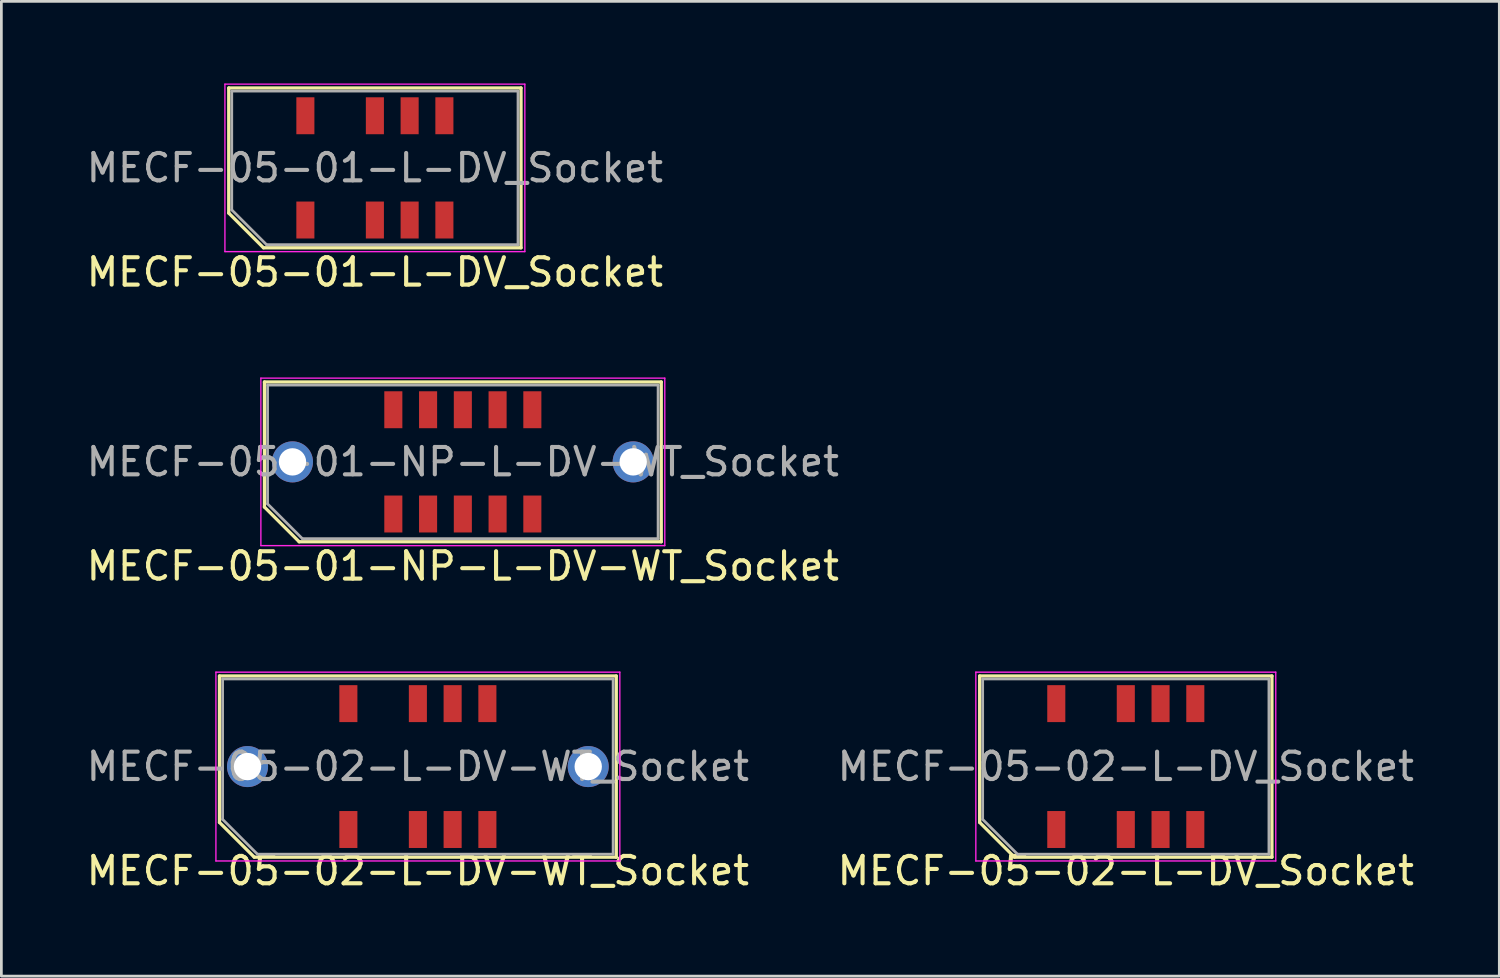
<source format=kicad_pcb>
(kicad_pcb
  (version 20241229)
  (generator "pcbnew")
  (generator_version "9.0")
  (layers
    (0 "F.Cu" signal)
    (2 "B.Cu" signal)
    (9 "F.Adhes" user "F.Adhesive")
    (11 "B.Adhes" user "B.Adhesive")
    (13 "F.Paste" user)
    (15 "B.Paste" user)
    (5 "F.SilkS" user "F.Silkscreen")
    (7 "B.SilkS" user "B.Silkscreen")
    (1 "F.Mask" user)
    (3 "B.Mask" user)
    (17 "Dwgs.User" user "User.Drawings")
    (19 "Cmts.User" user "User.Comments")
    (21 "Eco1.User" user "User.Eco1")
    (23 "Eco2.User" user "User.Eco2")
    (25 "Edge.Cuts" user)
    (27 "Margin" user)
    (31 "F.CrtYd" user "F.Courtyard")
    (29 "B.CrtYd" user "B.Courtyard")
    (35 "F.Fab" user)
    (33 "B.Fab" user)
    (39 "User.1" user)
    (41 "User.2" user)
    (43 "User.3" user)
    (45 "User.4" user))
  (footprint "MECF-05-02-L-DV-WT_Socket"
    (layer "F.Cu")
    (at 12.22 24.962)
    (property "Reference" "MECF-05-02-L-DV-WT_Socket" (at 0 3.81 0) (layer "F.SilkS") (effects (font (size 1 1) (thickness 0.15))))
    (attr smd)
    (fp_line (start -7.25 -3.31) (end 7.25 -3.31) (stroke (width 0.12) (type solid)) (layer "F.SilkS"))
    (fp_line (start -7.25 2.04) (end -7.25 -3.31) (stroke (width 0.12) (type solid)) (layer "F.SilkS"))
    (fp_line (start -5.98 3.31) (end -7.25 2.04) (stroke (width 0.12) (type solid)) (layer "F.SilkS"))
    (fp_line (start -5.98 3.31) (end 7.25 3.31) (stroke (width 0.12) (type solid)) (layer "F.SilkS"))
    (fp_line (start 7.25 3.31) (end 7.25 -3.31) (stroke (width 0.12) (type solid)) (layer "F.SilkS"))
    (fp_line (start -7.38 -3.45) (end -7.38 3.45) (stroke (width 0.05) (type solid)) (layer "F.CrtYd"))
    (fp_line (start -7.38 3.45) (end 7.38 3.45) (stroke (width 0.05) (type solid)) (layer "F.CrtYd"))
    (fp_line (start 7.38 -3.45) (end -7.38 -3.45) (stroke (width 0.05) (type solid)) (layer "F.CrtYd"))
    (fp_line (start 7.38 3.45) (end 7.38 -3.45) (stroke (width 0.05) (type solid)) (layer "F.CrtYd"))
    (fp_line (start -7.135 -3.2) (end 7.135 -3.2) (stroke (width 0.1) (type solid)) (layer "F.Fab"))
    (fp_line (start -7.135 1.93) (end -7.135 -3.2) (stroke (width 0.1) (type solid)) (layer "F.Fab"))
    (fp_line (start -7.135 1.93) (end -5.865 3.2) (stroke (width 0.1) (type solid)) (layer "F.Fab"))
    (fp_line (start -5.865 3.2) (end 7.135 3.2) (stroke (width 0.1) (type solid)) (layer "F.Fab"))
    (fp_line (start 7.135 3.2) (end 7.135 -3.2) (stroke (width 0.1) (type solid)) (layer "F.Fab"))
    (fp_text user "${REFERENCE}" (at 0 0 0) (layer "F.Fab") (effects (font (size 1 1) (thickness 0.15))))
    (pad "" thru_hole circle (at -6.225 0) (size 1.5 1.5) (drill 1) (layers "*.Cu" "*.Mask"))
    (pad "" np_thru_hole circle (at -4.32 0) (size 0.001 0.001) (drill 1.45) (layers "*.Cu" "*.Mask"))
    (pad "" np_thru_hole circle (at 4.32 1) (size 0.001 0.001) (drill 1.45) (layers "*.Cu" "*.Mask"))
    (pad "" thru_hole circle (at 6.225 0) (size 1.5 1.5) (drill 1) (layers "*.Cu" "*.Mask"))
    (pad "1" smd rect (at -2.54 2.3) (size 0.66 1.35) (layers "F.Cu" "F.Mask" "F.Paste"))
    (pad "2" smd rect (at -2.54 -2.3) (size 0.66 1.35) (layers "F.Cu" "F.Mask" "F.Paste"))
    (pad "5" smd rect (at 0 2.3) (size 0.66 1.35) (layers "F.Cu" "F.Mask" "F.Paste"))
    (pad "6" smd rect (at 0 -2.3) (size 0.66 1.35) (layers "F.Cu" "F.Mask" "F.Paste"))
    (pad "7" smd rect (at 1.27 2.3) (size 0.66 1.35) (layers "F.Cu" "F.Mask" "F.Paste"))
    (pad "8" smd rect (at 1.27 -2.3) (size 0.66 1.35) (layers "F.Cu" "F.Mask" "F.Paste"))
    (pad "9" smd rect (at 2.54 2.3) (size 0.66 1.35) (layers "F.Cu" "F.Mask" "F.Paste"))
    (pad "10" smd rect (at 2.54 -2.3) (size 0.66 1.35) (layers "F.Cu" "F.Mask" "F.Paste")))
  (footprint "MECF-05-02-L-DV_Socket"
    (layer "F.Cu")
    (at 38.089 24.962)
    (property "Reference" "MECF-05-02-L-DV_Socket" (at 0 3.81 0) (layer "F.SilkS") (effects (font (size 1 1) (thickness 0.15))))
    (attr smd)
    (fp_line (start -5.34 -3.31) (end 5.34 -3.31) (stroke (width 0.12) (type solid)) (layer "F.SilkS"))
    (fp_line (start -5.34 2.04) (end -5.34 -3.31) (stroke (width 0.12) (type solid)) (layer "F.SilkS"))
    (fp_line (start -4.07 3.31) (end -5.34 2.04) (stroke (width 0.12) (type solid)) (layer "F.SilkS"))
    (fp_line (start -4.07 3.31) (end 5.34 3.31) (stroke (width 0.12) (type solid)) (layer "F.SilkS"))
    (fp_line (start 5.34 3.31) (end 5.34 -3.31) (stroke (width 0.12) (type solid)) (layer "F.SilkS"))
    (fp_line (start -5.48 -3.45) (end -5.48 3.45) (stroke (width 0.05) (type solid)) (layer "F.CrtYd"))
    (fp_line (start -5.48 3.45) (end 5.48 3.45) (stroke (width 0.05) (type solid)) (layer "F.CrtYd"))
    (fp_line (start 5.48 -3.45) (end -5.48 -3.45) (stroke (width 0.05) (type solid)) (layer "F.CrtYd"))
    (fp_line (start 5.48 3.45) (end 5.48 -3.45) (stroke (width 0.05) (type solid)) (layer "F.CrtYd"))
    (fp_line (start -5.23 -3.2) (end 5.23 -3.2) (stroke (width 0.1) (type solid)) (layer "F.Fab"))
    (fp_line (start -5.23 1.93) (end -5.23 -3.2) (stroke (width 0.1) (type solid)) (layer "F.Fab"))
    (fp_line (start -5.23 1.93) (end -3.96 3.2) (stroke (width 0.1) (type solid)) (layer "F.Fab"))
    (fp_line (start -3.96 3.2) (end 5.23 3.2) (stroke (width 0.1) (type solid)) (layer "F.Fab"))
    (fp_line (start 5.23 3.2) (end 5.23 -3.2) (stroke (width 0.1) (type solid)) (layer "F.Fab"))
    (fp_text user "${REFERENCE}" (at 0 0 0) (layer "F.Fab") (effects (font (size 1 1) (thickness 0.15))))
    (pad "" np_thru_hole circle (at -4.32 0) (size 0.001 0.001) (drill 1.45) (layers "*.Cu" "*.Mask"))
    (pad "" np_thru_hole circle (at 4.32 1) (size 0.001 0.001) (drill 1.45) (layers "*.Cu" "*.Mask"))
    (pad "1" smd rect (at -2.54 2.3) (size 0.66 1.35) (layers "F.Cu" "F.Mask" "F.Paste"))
    (pad "2" smd rect (at -2.54 -2.3) (size 0.66 1.35) (layers "F.Cu" "F.Mask" "F.Paste"))
    (pad "5" smd rect (at 0 2.3) (size 0.66 1.35) (layers "F.Cu" "F.Mask" "F.Paste"))
    (pad "6" smd rect (at 0 -2.3) (size 0.66 1.35) (layers "F.Cu" "F.Mask" "F.Paste"))
    (pad "7" smd rect (at 1.27 2.3) (size 0.66 1.35) (layers "F.Cu" "F.Mask" "F.Paste"))
    (pad "8" smd rect (at 1.27 -2.3) (size 0.66 1.35) (layers "F.Cu" "F.Mask" "F.Paste"))
    (pad "9" smd rect (at 2.54 2.3) (size 0.66 1.35) (layers "F.Cu" "F.Mask" "F.Paste"))
    (pad "10" smd rect (at 2.54 -2.3) (size 0.66 1.35) (layers "F.Cu" "F.Mask" "F.Paste")))
  (footprint "MECF-05-01-L-DV_Socket"
    (layer "F.Cu")
    (at 10.649 3.085)
    (property "Reference" "MECF-05-01-L-DV_Socket" (at 0 3.81 0) (layer "F.SilkS") (effects (font (size 1 1) (thickness 0.15))))
    (attr smd)
    (fp_line (start -5.34 -2.92) (end 5.34 -2.92) (stroke (width 0.12) (type solid)) (layer "F.SilkS"))
    (fp_line (start -5.34 1.65) (end -5.34 -2.92) (stroke (width 0.12) (type solid)) (layer "F.SilkS"))
    (fp_line (start -4.07 2.92) (end -5.34 1.65) (stroke (width 0.12) (type solid)) (layer "F.SilkS"))
    (fp_line (start -4.07 2.92) (end 5.34 2.92) (stroke (width 0.12) (type solid)) (layer "F.SilkS"))
    (fp_line (start 5.34 2.92) (end 5.34 -2.92) (stroke (width 0.12) (type solid)) (layer "F.SilkS"))
    (fp_line (start -5.48 -3.06) (end -5.48 3.06) (stroke (width 0.05) (type solid)) (layer "F.CrtYd"))
    (fp_line (start -5.48 3.06) (end 5.48 3.06) (stroke (width 0.05) (type solid)) (layer "F.CrtYd"))
    (fp_line (start 5.48 -3.06) (end -5.48 -3.06) (stroke (width 0.05) (type solid)) (layer "F.CrtYd"))
    (fp_line (start 5.48 3.06) (end 5.48 -3.06) (stroke (width 0.05) (type solid)) (layer "F.CrtYd"))
    (fp_line (start -5.23 -2.805) (end 5.23 -2.805) (stroke (width 0.1) (type solid)) (layer "F.Fab"))
    (fp_line (start -5.23 1.535) (end -5.23 -2.805) (stroke (width 0.1) (type solid)) (layer "F.Fab"))
    (fp_line (start -5.23 1.535) (end -3.96 2.805) (stroke (width 0.1) (type solid)) (layer "F.Fab"))
    (fp_line (start -3.96 2.805) (end 5.23 2.805) (stroke (width 0.1) (type solid)) (layer "F.Fab"))
    (fp_line (start 5.23 2.805) (end 5.23 -2.805) (stroke (width 0.1) (type solid)) (layer "F.Fab"))
    (fp_text user "${REFERENCE}" (at 0 0 0) (layer "F.Fab") (effects (font (size 1 1) (thickness 0.15))))
    (pad "" np_thru_hole circle (at -4.32 0) (size 0.001 0.001) (drill 1.45) (layers "*.Cu" "*.Mask"))
    (pad "" np_thru_hole circle (at 4.32 1) (size 0.001 0.001) (drill 1.45) (layers "*.Cu" "*.Mask"))
    (pad "1" smd rect (at -2.54 1.905) (size 0.66 1.35) (layers "F.Cu" "F.Mask" "F.Paste"))
    (pad "2" smd rect (at -2.54 -1.905) (size 0.66 1.35) (layers "F.Cu" "F.Mask" "F.Paste"))
    (pad "5" smd rect (at 0 1.905) (size 0.66 1.35) (layers "F.Cu" "F.Mask" "F.Paste"))
    (pad "6" smd rect (at 0 -1.905) (size 0.66 1.35) (layers "F.Cu" "F.Mask" "F.Paste"))
    (pad "7" smd rect (at 1.27 1.905) (size 0.66 1.35) (layers "F.Cu" "F.Mask" "F.Paste"))
    (pad "8" smd rect (at 1.27 -1.905) (size 0.66 1.35) (layers "F.Cu" "F.Mask" "F.Paste"))
    (pad "9" smd rect (at 2.54 1.905) (size 0.66 1.35) (layers "F.Cu" "F.Mask" "F.Paste"))
    (pad "10" smd rect (at 2.54 -1.905) (size 0.66 1.35) (layers "F.Cu" "F.Mask" "F.Paste")))
  (footprint "MECF-05-01-NP-L-DV-WT_Socket"
    (layer "F.Cu")
    (at 13.863 13.828)
    (property "Reference" "MECF-05-01-NP-L-DV-WT_Socket" (at 0 3.81 0) (layer "F.SilkS") (effects (font (size 1 1) (thickness 0.15))))
    (attr smd)
    (fp_line (start -7.25 -2.92) (end 7.25 -2.92) (stroke (width 0.12) (type solid)) (layer "F.SilkS"))
    (fp_line (start -7.25 1.65) (end -7.25 -2.92) (stroke (width 0.12) (type solid)) (layer "F.SilkS"))
    (fp_line (start -5.98 2.92) (end -7.25 1.65) (stroke (width 0.12) (type solid)) (layer "F.SilkS"))
    (fp_line (start -5.98 2.92) (end 7.25 2.92) (stroke (width 0.12) (type solid)) (layer "F.SilkS"))
    (fp_line (start 7.25 2.92) (end 7.25 -2.92) (stroke (width 0.12) (type solid)) (layer "F.SilkS"))
    (fp_line (start -7.38 -3.06) (end -7.38 3.06) (stroke (width 0.05) (type solid)) (layer "F.CrtYd"))
    (fp_line (start -7.38 3.06) (end 7.38 3.06) (stroke (width 0.05) (type solid)) (layer "F.CrtYd"))
    (fp_line (start 7.38 -3.06) (end -7.38 -3.06) (stroke (width 0.05) (type solid)) (layer "F.CrtYd"))
    (fp_line (start 7.38 3.06) (end 7.38 -3.06) (stroke (width 0.05) (type solid)) (layer "F.CrtYd"))
    (fp_line (start -7.135 -2.805) (end 7.135 -2.805) (stroke (width 0.1) (type solid)) (layer "F.Fab"))
    (fp_line (start -7.135 1.535) (end -7.135 -2.805) (stroke (width 0.1) (type solid)) (layer "F.Fab"))
    (fp_line (start -7.135 1.535) (end -5.865 2.805) (stroke (width 0.1) (type solid)) (layer "F.Fab"))
    (fp_line (start -5.865 2.805) (end 7.135 2.805) (stroke (width 0.1) (type solid)) (layer "F.Fab"))
    (fp_line (start 7.135 2.805) (end 7.135 -2.805) (stroke (width 0.1) (type solid)) (layer "F.Fab"))
    (fp_text user "${REFERENCE}" (at 0 0 0) (layer "F.Fab") (effects (font (size 1 1) (thickness 0.15))))
    (pad "" thru_hole circle (at -6.225 0) (size 1.5 1.5) (drill 1) (layers "*.Cu" "*.Mask"))
    (pad "" np_thru_hole circle (at -4.32 0) (size 0.001 0.001) (drill 1.45) (layers "*.Cu" "*.Mask"))
    (pad "" np_thru_hole circle (at 4.32 1) (size 0.001 0.001) (drill 1.45) (layers "*.Cu" "*.Mask"))
    (pad "" thru_hole circle (at 6.225 0) (size 1.5 1.5) (drill 1) (layers "*.Cu" "*.Mask"))
    (pad "1" smd rect (at -2.54 1.905) (size 0.66 1.35) (layers "F.Cu" "F.Mask" "F.Paste"))
    (pad "2" smd rect (at -2.54 -1.905) (size 0.66 1.35) (layers "F.Cu" "F.Mask" "F.Paste"))
    (pad "3" smd rect (at -1.27 1.905) (size 0.66 1.35) (layers "F.Cu" "F.Mask" "F.Paste"))
    (pad "4" smd rect (at -1.27 -1.905) (size 0.66 1.35) (layers "F.Cu" "F.Mask" "F.Paste"))
    (pad "5" smd rect (at 0 1.905) (size 0.66 1.35) (layers "F.Cu" "F.Mask" "F.Paste"))
    (pad "6" smd rect (at 0 -1.905) (size 0.66 1.35) (layers "F.Cu" "F.Mask" "F.Paste"))
    (pad "7" smd rect (at 1.27 1.905) (size 0.66 1.35) (layers "F.Cu" "F.Mask" "F.Paste"))
    (pad "8" smd rect (at 1.27 -1.905) (size 0.66 1.35) (layers "F.Cu" "F.Mask" "F.Paste"))
    (pad "9" smd rect (at 2.54 1.905) (size 0.66 1.35) (layers "F.Cu" "F.Mask" "F.Paste"))
    (pad "10" smd rect (at 2.54 -1.905) (size 0.66 1.35) (layers "F.Cu" "F.Mask" "F.Paste")))
  (gr_rect
    (start -3 -3)
    (end 51.738 32.62)
    (stroke (width 0.1) (type default))
    (fill no)
    (layer "Edge.Cuts")))
</source>
